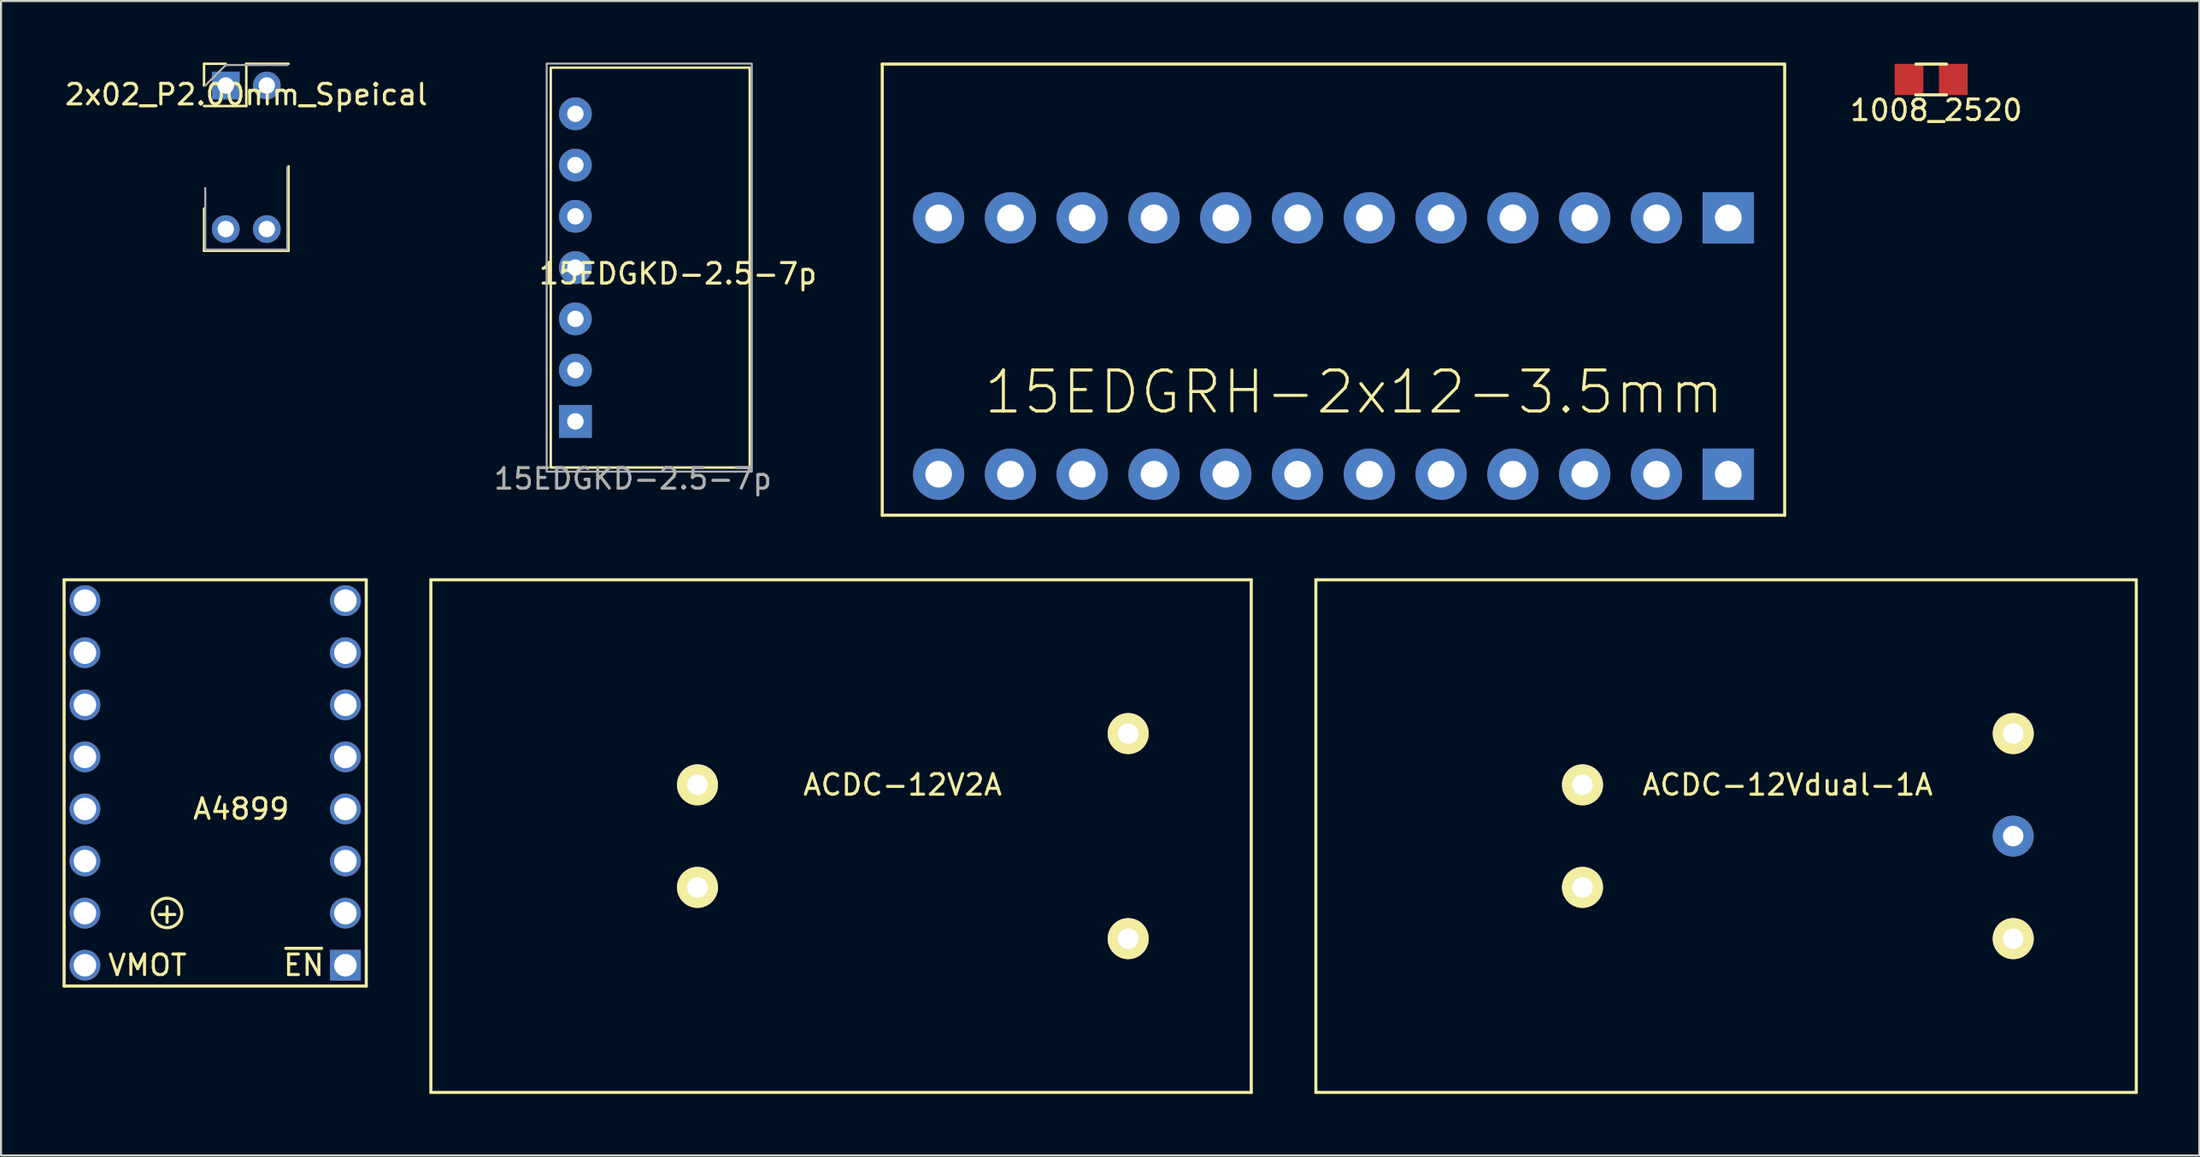
<source format=kicad_pcb>
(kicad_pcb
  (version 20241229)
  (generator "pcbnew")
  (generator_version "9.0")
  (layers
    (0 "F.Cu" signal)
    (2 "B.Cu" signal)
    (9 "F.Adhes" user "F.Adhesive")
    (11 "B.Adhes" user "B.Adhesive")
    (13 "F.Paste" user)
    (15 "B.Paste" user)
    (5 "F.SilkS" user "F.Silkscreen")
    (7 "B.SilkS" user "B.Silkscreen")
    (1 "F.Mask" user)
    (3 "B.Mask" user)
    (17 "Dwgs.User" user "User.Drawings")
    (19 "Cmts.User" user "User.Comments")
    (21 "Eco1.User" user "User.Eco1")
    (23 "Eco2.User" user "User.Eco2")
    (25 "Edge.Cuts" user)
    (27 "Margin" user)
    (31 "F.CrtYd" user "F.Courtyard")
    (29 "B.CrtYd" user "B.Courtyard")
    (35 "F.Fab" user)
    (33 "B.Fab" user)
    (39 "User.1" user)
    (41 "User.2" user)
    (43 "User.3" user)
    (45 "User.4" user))
  (footprint "1008_2520"
    (layer "F.Cu")
    (at 91.106 0.825)
    (property "Reference" "1008_2520" (at 0.25 1.5 0) (layer "F.SilkS") (effects (font (size 1 1) (thickness 0.15))))
    (attr through_hole)
    (fp_line (start -0.75 -0.75) (end 0.75 -0.75) (stroke (width 0.15) (type solid)) (layer "F.SilkS"))
    (fp_line (start 0.75 0.75) (end -0.75 0.75) (stroke (width 0.15) (type solid)) (layer "F.SilkS"))
    (pad "1" smd rect (at -1.08 0 90) (size 1.52 1.4) (layers "F.Cu" "F.Mask" "F.Paste"))
    (pad "2" smd rect (at 1.08 0 90) (size 1.52 1.4) (layers "F.Cu" "F.Mask" "F.Paste")))
  (footprint "15EDGRH-2x12-3.5mm"
    (layer "F.Cu")
    (at 61.965 20.075)
    (property "Reference" "15EDGRH-2x12-3.5mm" (at 1 -4 0) (layer "F.SilkS") (effects (font (size 2 2) (thickness 0.15))))
    (attr through_hole)
    (fp_line (start -22 -20) (end -22 2) (stroke (width 0.15) (type solid)) (layer "F.SilkS"))
    (fp_line (start -22 2) (end 22 2) (stroke (width 0.15) (type solid)) (layer "F.SilkS"))
    (fp_line (start 22 -20) (end -22 -20) (stroke (width 0.15) (type solid)) (layer "F.SilkS"))
    (fp_line (start 22 2) (end 22 -20) (stroke (width 0.15) (type solid)) (layer "F.SilkS"))
    (pad "1" thru_hole rect (at 19.25 0) (size 2.5 2.5) (drill 1.3) (layers "*.Cu" "*.Mask"))
    (pad "2" thru_hole circle (at 15.75 0) (size 2.5 2.5) (drill 1.3) (layers "*.Cu" "*.Mask"))
    (pad "3" thru_hole circle (at 12.25 0) (size 2.5 2.5) (drill 1.3) (layers "*.Cu" "*.Mask"))
    (pad "4" thru_hole circle (at 8.75 0) (size 2.5 2.5) (drill 1.3) (layers "*.Cu" "*.Mask"))
    (pad "5" thru_hole circle (at 5.25 0) (size 2.5 2.5) (drill 1.3) (layers "*.Cu" "*.Mask"))
    (pad "6" thru_hole circle (at 1.75 0) (size 2.5 2.5) (drill 1.3) (layers "*.Cu" "*.Mask"))
    (pad "7" thru_hole circle (at -1.75 0) (size 2.5 2.5) (drill 1.3) (layers "*.Cu" "*.Mask"))
    (pad "8" thru_hole circle (at -5.25 0) (size 2.5 2.5) (drill 1.3) (layers "*.Cu" "*.Mask"))
    (pad "9" thru_hole circle (at -8.75 0) (size 2.5 2.5) (drill 1.3) (layers "*.Cu" "*.Mask"))
    (pad "10" thru_hole circle (at -12.25 0) (size 2.5 2.5) (drill 1.3) (layers "*.Cu" "*.Mask"))
    (pad "11" thru_hole circle (at -15.75 0) (size 2.5 2.5) (drill 1.3) (layers "*.Cu" "*.Mask"))
    (pad "12" thru_hole circle (at -19.25 0) (size 2.5 2.5) (drill 1.3) (layers "*.Cu" "*.Mask"))
    (pad "13" thru_hole rect (at 19.25 -12.5) (size 2.5 2.5) (drill 1.3) (layers "*.Cu" "*.Mask"))
    (pad "14" thru_hole circle (at 15.75 -12.5) (size 2.5 2.5) (drill 1.3) (layers "*.Cu" "*.Mask"))
    (pad "15" thru_hole circle (at 12.25 -12.5) (size 2.5 2.5) (drill 1.3) (layers "*.Cu" "*.Mask"))
    (pad "16" thru_hole circle (at 8.75 -12.5) (size 2.5 2.5) (drill 1.3) (layers "*.Cu" "*.Mask"))
    (pad "17" thru_hole circle (at 5.25 -12.5) (size 2.5 2.5) (drill 1.3) (layers "*.Cu" "*.Mask"))
    (pad "18" thru_hole circle (at 1.75 -12.5) (size 2.5 2.5) (drill 1.3) (layers "*.Cu" "*.Mask"))
    (pad "19" thru_hole circle (at -1.75 -12.5) (size 2.5 2.5) (drill 1.3) (layers "*.Cu" "*.Mask"))
    (pad "20" thru_hole circle (at -5.25 -12.5) (size 2.5 2.5) (drill 1.3) (layers "*.Cu" "*.Mask"))
    (pad "21" thru_hole circle (at -8.75 -12.5) (size 2.5 2.5) (drill 1.3) (layers "*.Cu" "*.Mask"))
    (pad "22" thru_hole circle (at -12.25 -12.5) (size 2.5 2.5) (drill 1.3) (layers "*.Cu" "*.Mask"))
    (pad "23" thru_hole circle (at -15.75 -12.5) (size 2.5 2.5) (drill 1.3) (layers "*.Cu" "*.Mask"))
    (pad "24" thru_hole circle (at -19.25 -12.5) (size 2.5 2.5) (drill 1.3) (layers "*.Cu" "*.Mask")))
  (footprint "ACDC-12V2A"
    (layer "F.Cu")
    (at 30.957 37.725)
    (property "Reference" "ACDC-12V2A" (at 10 -2.5 0) (layer "F.SilkS") (effects (font (size 1 1) (thickness 0.15))))
    (attr through_hole)
    (fp_line (start -13 -12.5) (end -13 12.5) (stroke (width 0.15) (type solid)) (layer "F.SilkS"))
    (fp_line (start -13 12.5) (end 27 12.5) (stroke (width 0.15) (type solid)) (layer "F.SilkS"))
    (fp_line (start 27 -12.5) (end -13 -12.5) (stroke (width 0.15) (type solid)) (layer "F.SilkS"))
    (fp_line (start 27 12.5) (end 27 -12.5) (stroke (width 0.15) (type solid)) (layer "F.SilkS"))
    (pad "1" thru_hole circle (at 0 -2.5) (size 2 2) (drill 1) (layers "*.Cu" "*.Mask" "F.SilkS"))
    (pad "2" thru_hole circle (at 0 2.5) (size 2 2) (drill 1) (layers "*.Cu" "*.Mask" "F.SilkS"))
    (pad "3" thru_hole circle (at 21 -5) (size 2 2) (drill 1) (layers "*.Cu" "*.Mask" "F.SilkS"))
    (pad "4" thru_hole circle (at 21 5) (size 2 2) (drill 1) (layers "*.Cu" "*.Mask" "F.SilkS")))
  (footprint "ACDC-12Vdual-1A"
    (layer "F.Cu")
    (at 74.107 37.725)
    (property "Reference" "ACDC-12Vdual-1A" (at 10 -2.5 0) (layer "F.SilkS") (effects (font (size 1 1) (thickness 0.15))))
    (attr through_hole)
    (fp_line (start -13 -12.5) (end -13 12.5) (stroke (width 0.15) (type solid)) (layer "F.SilkS"))
    (fp_line (start -13 12.5) (end 27 12.5) (stroke (width 0.15) (type solid)) (layer "F.SilkS"))
    (fp_line (start 27 -12.5) (end -13 -12.5) (stroke (width 0.15) (type solid)) (layer "F.SilkS"))
    (fp_line (start 27 12.5) (end 27 -12.5) (stroke (width 0.15) (type solid)) (layer "F.SilkS"))
    (pad "1" thru_hole circle (at 0 -2.5) (size 2 2) (drill 1) (layers "*.Cu" "*.Mask" "F.SilkS"))
    (pad "2" thru_hole circle (at 0 2.5) (size 2 2) (drill 1) (layers "*.Cu" "*.Mask" "F.SilkS"))
    (pad "3" thru_hole circle (at 21 -5) (size 2 2) (drill 1) (layers "*.Cu" "*.Mask" "F.SilkS"))
    (pad "4" thru_hole circle (at 21 0) (size 2 2) (drill 1) (layers "*.Cu" "*.Mask"))
    (pad "5" thru_hole circle (at 21 5) (size 2 2) (drill 1) (layers "*.Cu" "*.Mask" "F.SilkS")))
  (footprint "15EDGKD-2.5-7p"
    (layer "F.Cu")
    (at 25.004 17.5)
    (property "Reference" "15EDGKD-2.5-7p" (at 5 -7.2 0) (unlocked yes) (layer "F.SilkS") (effects (font (size 1 1) (thickness 0.15))))
    (attr through_hole)
    (fp_rect (start -1.2 2.25) (end 8.5 -17.25) (stroke (width 0.12) (type solid)) (fill no) (layer "F.SilkS"))
    (fp_rect (start 8.5 -10.5) (end 8.5 -10.5) (stroke (width 0.12) (type solid)) (fill no) (layer "F.SilkS"))
    (fp_rect (start -1.4 -17.45) (end 8.6 2.45) (stroke (width 0.1) (type solid)) (fill no) (layer "F.Fab"))
    (fp_text user "${REFERENCE}" (at 2.8 2.8 0) (unlocked yes) (layer "F.Fab") (effects (font (size 1 1) (thickness 0.15))))
    (pad "1" thru_hole rect (at 0 0) (size 1.6 1.6) (drill 0.8) (layers "*.Cu" "*.Mask"))
    (pad "2" thru_hole circle (at 0 -2.5) (size 1.6 1.6) (drill 0.8) (layers "*.Cu" "*.Mask"))
    (pad "3" thru_hole circle (at 0 -5) (size 1.6 1.6) (drill 0.8) (layers "*.Cu" "*.Mask"))
    (pad "4" thru_hole circle (at 0 -7.5) (size 1.6 1.6) (drill 0.8) (layers "*.Cu" "*.Mask"))
    (pad "5" thru_hole circle (at 0 -10) (size 1.6 1.6) (drill 0.8) (layers "*.Cu" "*.Mask"))
    (pad "6" thru_hole circle (at 0 -12.5) (size 1.6 1.6) (drill 0.8) (layers "*.Cu" "*.Mask"))
    (pad "7" thru_hole circle (at 0 -15) (size 1.6 1.6) (drill 0.8) (layers "*.Cu" "*.Mask")))
  (footprint "2x02_P2.00mm_Speical"
    (layer "F.Cu")
    (at 8.958 4.62)
    (property "Reference" "2x02_P2.00mm_Speical" (at 0 -3.06 0) (layer "F.SilkS") (effects (font (size 1 1) (thickness 0.15))))
    (attr through_hole)
    (fp_line (start -2.06 -4.56) (end -1 -4.56) (stroke (width 0.12) (type solid)) (layer "F.SilkS"))
    (fp_line (start -2.06 -3.5) (end -2.06 -4.56) (stroke (width 0.12) (type solid)) (layer "F.SilkS"))
    (fp_line (start -2.06 -2.5) (end 0 -2.5) (stroke (width 0.12) (type solid)) (layer "F.SilkS"))
    (fp_line (start -2.06 2.5) (end -2.06 4.56) (stroke (width 0.12) (type solid)) (layer "F.SilkS"))
    (fp_line (start -2.06 4.56) (end 2.06 4.56) (stroke (width 0.12) (type solid)) (layer "F.SilkS"))
    (fp_line (start 0 -4.56) (end 2.06 -4.56) (stroke (width 0.12) (type solid)) (layer "F.SilkS"))
    (fp_line (start 0 -2.5) (end 0 -4.56) (stroke (width 0.12) (type solid)) (layer "F.SilkS"))
    (fp_line (start 2.06 0.44) (end 2.06 4.56) (stroke (width 0.12) (type solid)) (layer "F.SilkS"))
    (fp_line (start -2 -3.5) (end -1 -4.5) (stroke (width 0.1) (type solid)) (layer "F.Fab"))
    (fp_line (start -2 4.5) (end -2 1.5) (stroke (width 0.1) (type solid)) (layer "F.Fab"))
    (fp_line (start -1 -4.5) (end 2 -4.5) (stroke (width 0.1) (type solid)) (layer "F.Fab"))
    (fp_line (start 2 0.5) (end 2 4.5) (stroke (width 0.1) (type solid)) (layer "F.Fab"))
    (fp_line (start 2 4.5) (end -2 4.5) (stroke (width 0.1) (type solid)) (layer "F.Fab"))
    (pad "1" thru_hole rect (at -1 -3.5) (size 1.35 1.35) (drill 0.8) (layers "*.Cu" "*.Mask"))
    (pad "2" thru_hole oval (at 1 -3.5) (size 1.35 1.35) (drill 0.8) (layers "*.Cu" "*.Mask"))
    (pad "3" thru_hole oval (at -1 3.5) (size 1.35 1.35) (drill 0.8) (layers "*.Cu" "*.Mask"))
    (pad "4" thru_hole oval (at 1 3.5) (size 1.35 1.35) (drill 0.8) (layers "*.Cu" "*.Mask")))
  (footprint "A4899"
    (layer "F.Cu")
    (at 13.791 44.021)
    (property "Reference" "A4899" (at -5.08 -7.62 0) (layer "F.SilkS") (effects (font (size 1 1) (thickness 0.15))))
    (attr through_hole)
    (fp_line (start -13.716 -18.796) (end -13.716 1.016) (stroke (width 0.15) (type solid)) (layer "F.SilkS"))
    (fp_line (start -13.716 1.016) (end 1.016 1.016) (stroke (width 0.15) (type solid)) (layer "F.SilkS"))
    (fp_line (start 1.016 -18.796) (end -13.716 -18.796) (stroke (width 0.15) (type solid)) (layer "F.SilkS"))
    (fp_line (start 1.016 1.016) (end 1.016 -18.796) (stroke (width 0.15) (type solid)) (layer "F.SilkS"))
    (fp_circle (center -8.696 -2.548) (end -7.978 -2.548) (stroke (width 0.15) (type solid)) (fill no) (layer "F.SilkS"))
    (fp_text user "~{EN}" (at -2.032 0 0) (layer "F.SilkS") (effects (font (size 1 1) (thickness 0.15))))
    (fp_text user "VMOT" (at -9.652 0 0) (layer "F.SilkS") (effects (font (size 1 1) (thickness 0.15))))
    (fp_text user "+" (at -8.696 -2.548 0) (layer "F.SilkS") (effects (font (size 1 1) (thickness 0.15))))
    (pad "1" thru_hole rect (at 0 0) (size 1.5 1.5) (drill 1.1) (layers "*.Cu" "*.Mask"))
    (pad "2" thru_hole circle (at 0 -2.54) (size 1.5 1.5) (drill 1.1) (layers "*.Cu" "*.Mask"))
    (pad "3" thru_hole circle (at 0 -5.08) (size 1.5 1.5) (drill 1.1) (layers "*.Cu" "*.Mask"))
    (pad "4" thru_hole circle (at 0 -7.62) (size 1.5 1.5) (drill 1.1) (layers "*.Cu" "*.Mask"))
    (pad "5" thru_hole circle (at 0 -10.16) (size 1.5 1.5) (drill 1.1) (layers "*.Cu" "*.Mask"))
    (pad "6" thru_hole circle (at 0 -12.7) (size 1.5 1.5) (drill 1.1) (layers "*.Cu" "*.Mask"))
    (pad "7" thru_hole circle (at 0 -15.24) (size 1.5 1.5) (drill 1.1) (layers "*.Cu" "*.Mask"))
    (pad "8" thru_hole circle (at 0 -17.78) (size 1.5 1.5) (drill 1.1) (layers "*.Cu" "*.Mask"))
    (pad "9" thru_hole circle (at -12.7 -17.78) (size 1.5 1.5) (drill 1.1) (layers "*.Cu" "*.Mask"))
    (pad "10" thru_hole circle (at -12.7 -15.24) (size 1.5 1.5) (drill 1.1) (layers "*.Cu" "*.Mask"))
    (pad "11" thru_hole circle (at -12.7 -12.7) (size 1.5 1.5) (drill 1.1) (layers "*.Cu" "*.Mask"))
    (pad "12" thru_hole circle (at -12.7 -10.16) (size 1.5 1.5) (drill 1.1) (layers "*.Cu" "*.Mask"))
    (pad "13" thru_hole circle (at -12.7 -7.62) (size 1.5 1.5) (drill 1.1) (layers "*.Cu" "*.Mask"))
    (pad "14" thru_hole circle (at -12.7 -5.08) (size 1.5 1.5) (drill 1.1) (layers "*.Cu" "*.Mask"))
    (pad "15" thru_hole circle (at -12.7 -2.54) (size 1.5 1.5) (drill 1.1) (layers "*.Cu" "*.Mask"))
    (pad "16" thru_hole circle (at -12.7 0) (size 1.5 1.5) (drill 1.1) (layers "*.Cu" "*.Mask")))
  (gr_rect
    (start -3 -3)
    (end 104.182 53.3)
    (stroke (width 0.1) (type default))
    (fill no)
    (layer "Edge.Cuts")))
</source>
